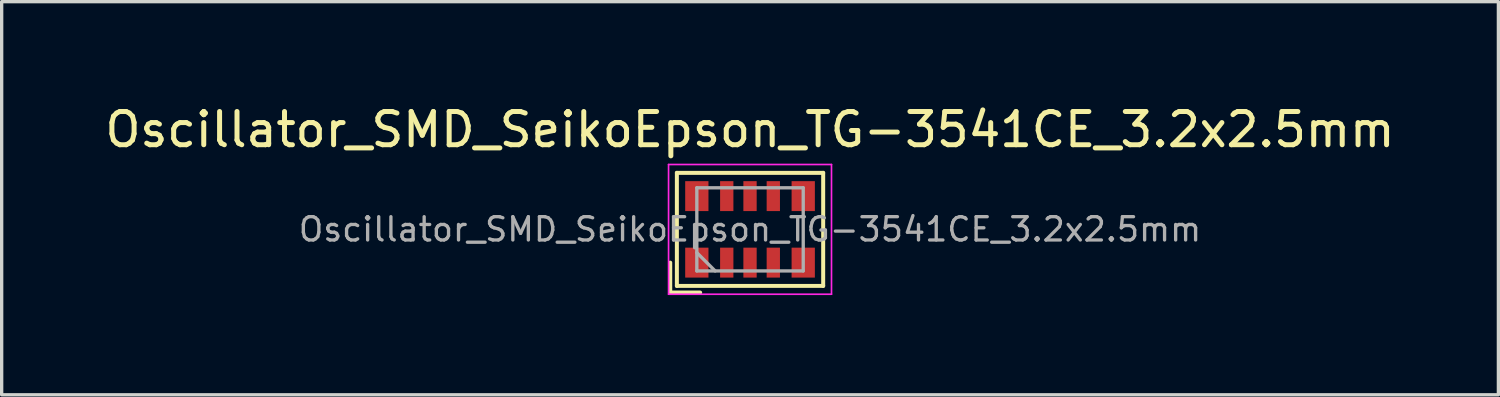
<source format=kicad_pcb>
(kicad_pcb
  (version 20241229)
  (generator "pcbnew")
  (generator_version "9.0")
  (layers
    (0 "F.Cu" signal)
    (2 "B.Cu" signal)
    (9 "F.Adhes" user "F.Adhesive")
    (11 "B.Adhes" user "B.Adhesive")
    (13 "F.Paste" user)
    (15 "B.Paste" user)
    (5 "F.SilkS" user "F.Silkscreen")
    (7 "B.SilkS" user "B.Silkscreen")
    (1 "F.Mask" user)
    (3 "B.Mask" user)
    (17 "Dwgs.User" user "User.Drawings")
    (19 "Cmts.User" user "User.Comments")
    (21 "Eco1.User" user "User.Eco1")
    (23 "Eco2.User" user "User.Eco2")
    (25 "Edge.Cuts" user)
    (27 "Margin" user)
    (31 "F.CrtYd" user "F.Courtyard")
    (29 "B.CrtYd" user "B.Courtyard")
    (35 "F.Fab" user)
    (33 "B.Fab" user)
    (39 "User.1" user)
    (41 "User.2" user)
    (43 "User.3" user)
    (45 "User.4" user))
  (footprint "Oscillator_SMD_SeikoEpson_TG-3541CE_3.2x2.5mm"
    (layer "F.Cu")
    (at 19.506 3.848)
    (property "Reference" "Oscillator_SMD_SeikoEpson_TG-3541CE_3.2x2.5mm" (at 0 -3 0) (layer "F.SilkS") (effects (font (size 1 1) (thickness 0.15))))
    (attr smd)
    (fp_line (start -2.4 1) (end -2.4 1.9) (stroke (width 0.12) (type solid)) (layer "F.SilkS"))
    (fp_line (start -2.4 1.9) (end -1.5 1.9) (stroke (width 0.12) (type solid)) (layer "F.SilkS"))
    (fp_line (start -2.2 -1.7) (end -2.2 1.7) (stroke (width 0.12) (type solid)) (layer "F.SilkS"))
    (fp_line (start -2.2 -1.7) (end 2.2 -1.7) (stroke (width 0.12) (type solid)) (layer "F.SilkS"))
    (fp_line (start -2.2 1.7) (end 2.2 1.7) (stroke (width 0.12) (type solid)) (layer "F.SilkS"))
    (fp_line (start 2.2 -1.7) (end 2.2 1.7) (stroke (width 0.12) (type solid)) (layer "F.SilkS"))
    (fp_line (start -2.45 -1.95) (end -2.45 1.95) (stroke (width 0.05) (type solid)) (layer "F.CrtYd"))
    (fp_line (start -2.45 -1.95) (end 2.45 -1.95) (stroke (width 0.05) (type solid)) (layer "F.CrtYd"))
    (fp_line (start -2.45 1.95) (end 2.45 1.95) (stroke (width 0.05) (type solid)) (layer "F.CrtYd"))
    (fp_line (start 2.45 -1.95) (end 2.45 1.95) (stroke (width 0.05) (type solid)) (layer "F.CrtYd"))
    (fp_line (start -1.6 -1.25) (end -1.6 1.25) (stroke (width 0.1) (type solid)) (layer "F.Fab"))
    (fp_line (start -1.6 0.7) (end -1.05 1.25) (stroke (width 0.1) (type solid)) (layer "F.Fab"))
    (fp_line (start 1.6 -1.25) (end -1.6 -1.25) (stroke (width 0.1) (type solid)) (layer "F.Fab"))
    (fp_line (start 1.6 1.25) (end -1.6 1.25) (stroke (width 0.1) (type solid)) (layer "F.Fab"))
    (fp_line (start 1.6 1.25) (end 1.6 -1.25) (stroke (width 0.1) (type solid)) (layer "F.Fab"))
    (fp_text user "${REFERENCE}" (at 0 0 0) (layer "F.Fab") (effects (font (size 0.7 0.7) (thickness 0.1))))
    (pad "1" smd rect (at -1.6 1) (size 0.7 0.9) (layers "F.Cu" "F.Mask" "F.Paste"))
    (pad "2" smd rect (at -0.7 1) (size 0.4 0.9) (layers "F.Cu" "F.Mask" "F.Paste"))
    (pad "3" smd rect (at 0 1) (size 0.4 0.9) (layers "F.Cu" "F.Mask" "F.Paste"))
    (pad "4" smd rect (at 0.7 1) (size 0.4 0.9) (layers "F.Cu" "F.Mask" "F.Paste"))
    (pad "5" smd rect (at 1.6 1) (size 0.7 0.9) (layers "F.Cu" "F.Mask" "F.Paste"))
    (pad "6" smd rect (at 1.6 -1) (size 0.7 0.9) (layers "F.Cu" "F.Mask" "F.Paste"))
    (pad "7" smd rect (at 0.7 -1) (size 0.4 0.9) (layers "F.Cu" "F.Mask" "F.Paste"))
    (pad "8" smd rect (at 0 -1) (size 0.4 0.9) (layers "F.Cu" "F.Mask" "F.Paste"))
    (pad "9" smd rect (at -0.7 -1) (size 0.4 0.9) (layers "F.Cu" "F.Mask" "F.Paste"))
    (pad "10" smd rect (at -1.6 -1) (size 0.7 0.9) (layers "F.Cu" "F.Mask" "F.Paste")))
  (gr_rect
    (start -3 -3)
    (end 42.012 8.823)
    (stroke (width 0.1) (type default))
    (fill no)
    (layer "Edge.Cuts")))
</source>
